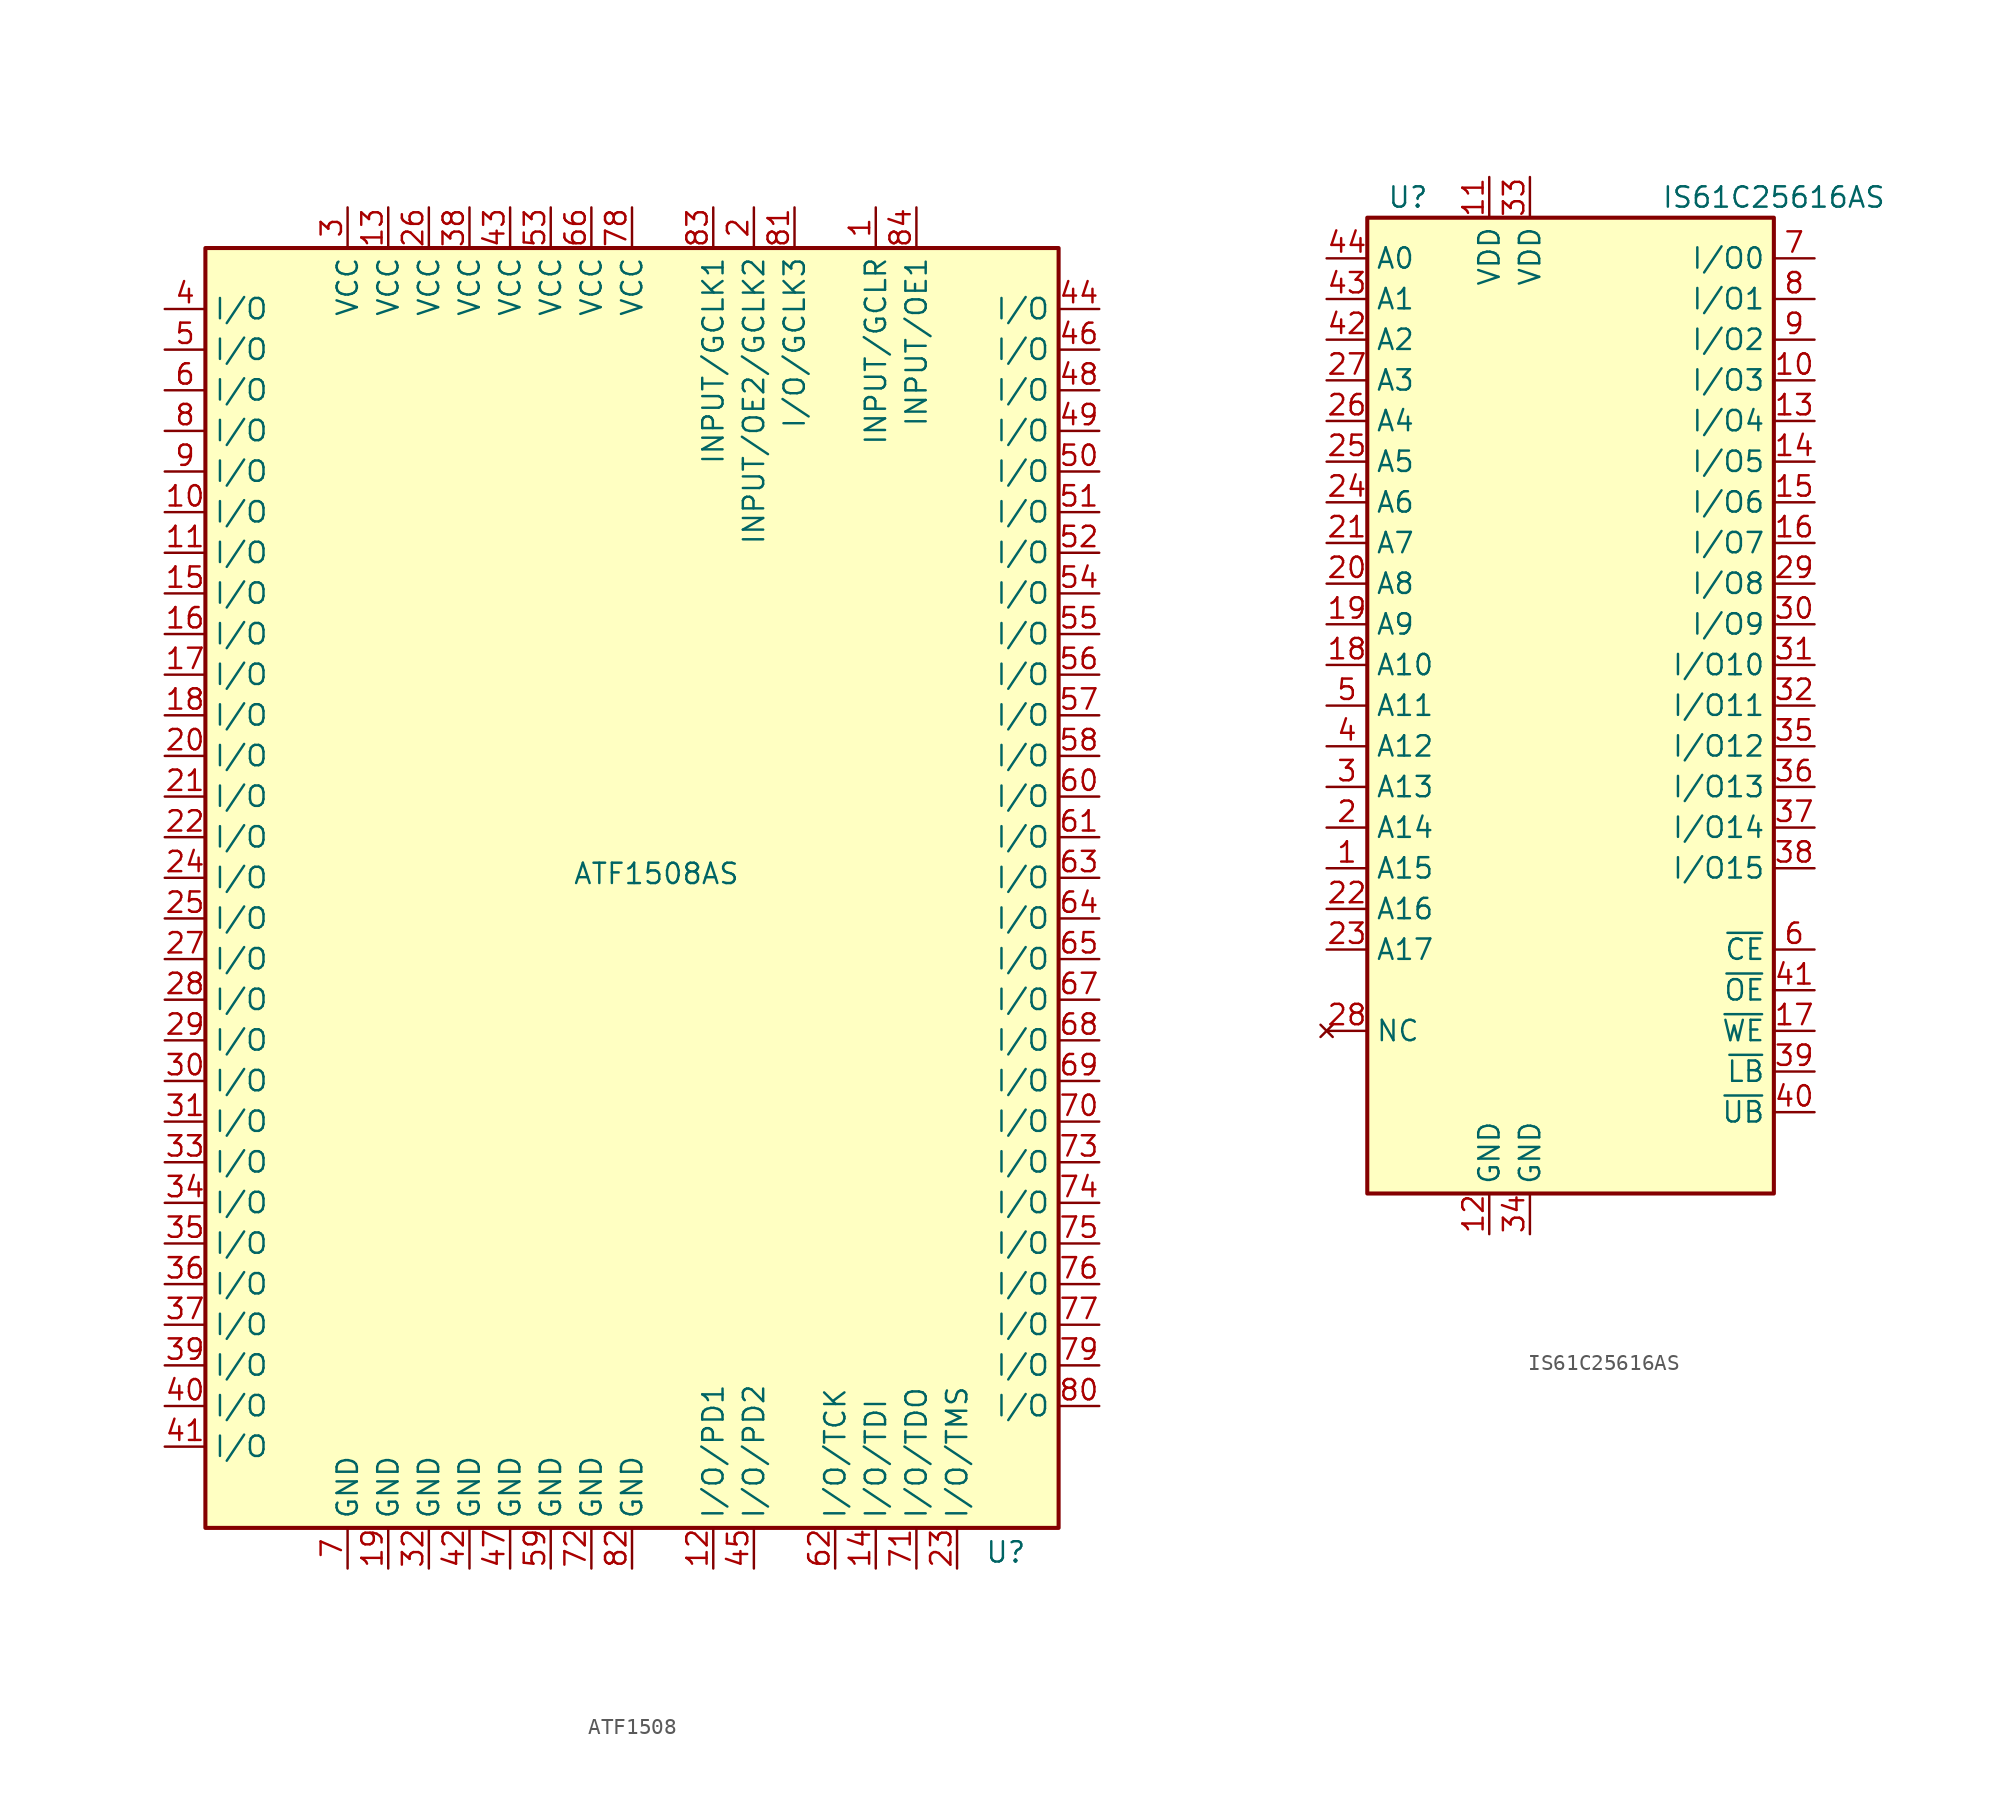
<source format=kicad_sym>
(kicad_symbol_lib
  (version 20231120)
  (generator "kicad_symbol_editor")
  (generator_version "8.0")
  (symbol "ATF1508"
    (property "Reference" "U"
      (at 22.098 -42.164 0)
      (effects (font (size 1.27 1.27))))
    (property "Value" "ATF1508AS"
      (at 0.254 0.254 0)
      (effects (font (size 1.27 1.27))))
    (symbol "ATF1508_0_1"
      (rectangle (start -27.94 39.37) (end 25.4 -40.64) (stroke (width 0.254) (type default)) (fill (type background))))
    (symbol "ATF1508_1_0"
      (pin bidirectional line (at 6.35 -43.18 90) (length 2.54) (name "I/O/PD2" (effects (font (size 1.27 1.27)))) (number "45" (effects (font (size 1.27 1.27)))))
      (pin bidirectional line (at 27.94 33.02 180) (length 2.54) (name "I/O" (effects (font (size 1.27 1.27)))) (number "46" (effects (font (size 1.27 1.27)))))
      (pin power_in line (at -8.89 -43.18 90) (length 2.54) (name "GND" (effects (font (size 1.27 1.27)))) (number "47" (effects (font (size 1.27 1.27)))))
      (pin bidirectional line (at 27.94 30.48 180) (length 2.54) (name "I/O" (effects (font (size 1.27 1.27)))) (number "48" (effects (font (size 1.27 1.27)))))
      (pin bidirectional line (at 27.94 27.94 180) (length 2.54) (name "I/O" (effects (font (size 1.27 1.27)))) (number "49" (effects (font (size 1.27 1.27)))))
      (pin bidirectional line (at 27.94 25.4 180) (length 2.54) (name "I/O" (effects (font (size 1.27 1.27)))) (number "50" (effects (font (size 1.27 1.27)))))
      (pin bidirectional line (at 27.94 22.86 180) (length 2.54) (name "I/O" (effects (font (size 1.27 1.27)))) (number "51" (effects (font (size 1.27 1.27)))))
      (pin bidirectional line (at 27.94 20.32 180) (length 2.54) (name "I/O" (effects (font (size 1.27 1.27)))) (number "52" (effects (font (size 1.27 1.27)))))
      (pin power_in line (at -6.35 41.91 270) (length 2.54) (name "VCC" (effects (font (size 1.27 1.27)))) (number "53" (effects (font (size 1.27 1.27)))))
      (pin bidirectional line (at 27.94 17.78 180) (length 2.54) (name "I/O" (effects (font (size 1.27 1.27)))) (number "54" (effects (font (size 1.27 1.27)))))
      (pin bidirectional line (at 27.94 15.24 180) (length 2.54) (name "I/O" (effects (font (size 1.27 1.27)))) (number "55" (effects (font (size 1.27 1.27)))))
      (pin bidirectional line (at 27.94 12.7 180) (length 2.54) (name "I/O" (effects (font (size 1.27 1.27)))) (number "56" (effects (font (size 1.27 1.27)))))
      (pin bidirectional line (at 27.94 10.16 180) (length 2.54) (name "I/O" (effects (font (size 1.27 1.27)))) (number "57" (effects (font (size 1.27 1.27)))))
      (pin bidirectional line (at 27.94 7.62 180) (length 2.54) (name "I/O" (effects (font (size 1.27 1.27)))) (number "58" (effects (font (size 1.27 1.27)))))
      (pin power_in line (at -6.35 -43.18 90) (length 2.54) (name "GND" (effects (font (size 1.27 1.27)))) (number "59" (effects (font (size 1.27 1.27)))))
      (pin bidirectional line (at 27.94 5.08 180) (length 2.54) (name "I/O" (effects (font (size 1.27 1.27)))) (number "60" (effects (font (size 1.27 1.27)))))
      (pin bidirectional line (at 27.94 2.54 180) (length 2.54) (name "I/O" (effects (font (size 1.27 1.27)))) (number "61" (effects (font (size 1.27 1.27)))))
      (pin bidirectional line (at 11.43 -43.18 90) (length 2.54) (name "I/O/TCK" (effects (font (size 1.27 1.27)))) (number "62" (effects (font (size 1.27 1.27)))))
      (pin bidirectional line (at 27.94 0 180) (length 2.54) (name "I/O" (effects (font (size 1.27 1.27)))) (number "63" (effects (font (size 1.27 1.27)))))
      (pin bidirectional line (at 27.94 -2.54 180) (length 2.54) (name "I/O" (effects (font (size 1.27 1.27)))) (number "64" (effects (font (size 1.27 1.27)))))
      (pin bidirectional line (at 27.94 -5.08 180) (length 2.54) (name "I/O" (effects (font (size 1.27 1.27)))) (number "65" (effects (font (size 1.27 1.27)))))
      (pin power_in line (at -3.81 41.91 270) (length 2.54) (name "VCC" (effects (font (size 1.27 1.27)))) (number "66" (effects (font (size 1.27 1.27)))))
      (pin bidirectional line (at 27.94 -7.62 180) (length 2.54) (name "I/O" (effects (font (size 1.27 1.27)))) (number "67" (effects (font (size 1.27 1.27)))))
      (pin bidirectional line (at 27.94 -10.16 180) (length 2.54) (name "I/O" (effects (font (size 1.27 1.27)))) (number "68" (effects (font (size 1.27 1.27)))))
      (pin bidirectional line (at 27.94 -12.7 180) (length 2.54) (name "I/O" (effects (font (size 1.27 1.27)))) (number "69" (effects (font (size 1.27 1.27)))))
      (pin bidirectional line (at 27.94 -15.24 180) (length 2.54) (name "I/O" (effects (font (size 1.27 1.27)))) (number "70" (effects (font (size 1.27 1.27)))))
      (pin bidirectional line (at 16.51 -43.18 90) (length 2.54) (name "I/O/TDO" (effects (font (size 1.27 1.27)))) (number "71" (effects (font (size 1.27 1.27)))))
      (pin power_in line (at -3.81 -43.18 90) (length 2.54) (name "GND" (effects (font (size 1.27 1.27)))) (number "72" (effects (font (size 1.27 1.27)))))
      (pin bidirectional line (at 27.94 -17.78 180) (length 2.54) (name "I/O" (effects (font (size 1.27 1.27)))) (number "73" (effects (font (size 1.27 1.27)))))
      (pin bidirectional line (at 27.94 -20.32 180) (length 2.54) (name "I/O" (effects (font (size 1.27 1.27)))) (number "74" (effects (font (size 1.27 1.27)))))
      (pin bidirectional line (at 27.94 -22.86 180) (length 2.54) (name "I/O" (effects (font (size 1.27 1.27)))) (number "75" (effects (font (size 1.27 1.27)))))
      (pin bidirectional line (at 27.94 -25.4 180) (length 2.54) (name "I/O" (effects (font (size 1.27 1.27)))) (number "76" (effects (font (size 1.27 1.27)))))
      (pin bidirectional line (at 27.94 -27.94 180) (length 2.54) (name "I/O" (effects (font (size 1.27 1.27)))) (number "77" (effects (font (size 1.27 1.27)))))
      (pin power_in line (at -1.27 41.91 270) (length 2.54) (name "VCC" (effects (font (size 1.27 1.27)))) (number "78" (effects (font (size 1.27 1.27)))))
      (pin bidirectional line (at 27.94 -30.48 180) (length 2.54) (name "I/O" (effects (font (size 1.27 1.27)))) (number "79" (effects (font (size 1.27 1.27)))))
      (pin bidirectional line (at 27.94 -33.02 180) (length 2.54) (name "I/O" (effects (font (size 1.27 1.27)))) (number "80" (effects (font (size 1.27 1.27)))))
      (pin bidirectional line (at 8.89 41.91 270) (length 2.54) (name "I/O/GCLK3" (effects (font (size 1.27 1.27)))) (number "81" (effects (font (size 1.27 1.27)))))
      (pin power_in line (at -1.27 -43.18 90) (length 2.54) (name "GND" (effects (font (size 1.27 1.27)))) (number "82" (effects (font (size 1.27 1.27)))))
      (pin bidirectional line (at 3.81 41.91 270) (length 2.54) (name "INPUT/GCLK1" (effects (font (size 1.27 1.27)))) (number "83" (effects (font (size 1.27 1.27)))))
      (pin bidirectional line (at 16.51 41.91 270) (length 2.54) (name "INPUT/OE1" (effects (font (size 1.27 1.27)))) (number "84" (effects (font (size 1.27 1.27))))))
    (symbol "ATF1508_1_1"
      (pin input line (at 13.97 41.91 270) (length 2.54) (name "INPUT/GCLR" (effects (font (size 1.27 1.27)))) (number "1" (effects (font (size 1.27 1.27)))))
      (pin bidirectional line (at -30.48 22.86 0) (length 2.54) (name "I/O" (effects (font (size 1.27 1.27)))) (number "10" (effects (font (size 1.27 1.27)))))
      (pin bidirectional line (at -30.48 20.32 0) (length 2.54) (name "I/O" (effects (font (size 1.27 1.27)))) (number "11" (effects (font (size 1.27 1.27)))))
      (pin bidirectional line (at 3.81 -43.18 90) (length 2.54) (name "I/O/PD1" (effects (font (size 1.27 1.27)))) (number "12" (effects (font (size 1.27 1.27)))))
      (pin power_in line (at -16.51 41.91 270) (length 2.54) (name "VCC" (effects (font (size 1.27 1.27)))) (number "13" (effects (font (size 1.27 1.27)))))
      (pin bidirectional line (at 13.97 -43.18 90) (length 2.54) (name "I/O/TDI" (effects (font (size 1.27 1.27)))) (number "14" (effects (font (size 1.27 1.27)))))
      (pin bidirectional line (at -30.48 17.78 0) (length 2.54) (name "I/O" (effects (font (size 1.27 1.27)))) (number "15" (effects (font (size 1.27 1.27)))))
      (pin bidirectional line (at -30.48 15.24 0) (length 2.54) (name "I/O" (effects (font (size 1.27 1.27)))) (number "16" (effects (font (size 1.27 1.27)))))
      (pin bidirectional line (at -30.48 12.7 0) (length 2.54) (name "I/O" (effects (font (size 1.27 1.27)))) (number "17" (effects (font (size 1.27 1.27)))))
      (pin bidirectional line (at -30.48 10.16 0) (length 2.54) (name "I/O" (effects (font (size 1.27 1.27)))) (number "18" (effects (font (size 1.27 1.27)))))
      (pin power_in line (at -16.51 -43.18 90) (length 2.54) (name "GND" (effects (font (size 1.27 1.27)))) (number "19" (effects (font (size 1.27 1.27)))))
      (pin input line (at 6.35 41.91 270) (length 2.54) (name "INPUT/OE2/GCLK2" (effects (font (size 1.27 1.27)))) (number "2" (effects (font (size 1.27 1.27)))))
      (pin bidirectional line (at -30.48 7.62 0) (length 2.54) (name "I/O" (effects (font (size 1.27 1.27)))) (number "20" (effects (font (size 1.27 1.27)))))
      (pin bidirectional line (at -30.48 5.08 0) (length 2.54) (name "I/O" (effects (font (size 1.27 1.27)))) (number "21" (effects (font (size 1.27 1.27)))))
      (pin bidirectional line (at -30.48 2.54 0) (length 2.54) (name "I/O" (effects (font (size 1.27 1.27)))) (number "22" (effects (font (size 1.27 1.27)))))
      (pin bidirectional line (at 19.05 -43.18 90) (length 2.54) (name "I/O/TMS" (effects (font (size 1.27 1.27)))) (number "23" (effects (font (size 1.27 1.27)))))
      (pin bidirectional line (at -30.48 0 0) (length 2.54) (name "I/O" (effects (font (size 1.27 1.27)))) (number "24" (effects (font (size 1.27 1.27)))))
      (pin bidirectional line (at -30.48 -2.54 0) (length 2.54) (name "I/O" (effects (font (size 1.27 1.27)))) (number "25" (effects (font (size 1.27 1.27)))))
      (pin power_in line (at -13.97 41.91 270) (length 2.54) (name "VCC" (effects (font (size 1.27 1.27)))) (number "26" (effects (font (size 1.27 1.27)))))
      (pin bidirectional line (at -30.48 -5.08 0) (length 2.54) (name "I/O" (effects (font (size 1.27 1.27)))) (number "27" (effects (font (size 1.27 1.27)))))
      (pin bidirectional line (at -30.48 -7.62 0) (length 2.54) (name "I/O" (effects (font (size 1.27 1.27)))) (number "28" (effects (font (size 1.27 1.27)))))
      (pin bidirectional line (at -30.48 -10.16 0) (length 2.54) (name "I/O" (effects (font (size 1.27 1.27)))) (number "29" (effects (font (size 1.27 1.27)))))
      (pin power_in line (at -19.05 41.91 270) (length 2.54) (name "VCC" (effects (font (size 1.27 1.27)))) (number "3" (effects (font (size 1.27 1.27)))))
      (pin bidirectional line (at -30.48 -12.7 0) (length 2.54) (name "I/O" (effects (font (size 1.27 1.27)))) (number "30" (effects (font (size 1.27 1.27)))))
      (pin bidirectional line (at -30.48 -15.24 0) (length 2.54) (name "I/O" (effects (font (size 1.27 1.27)))) (number "31" (effects (font (size 1.27 1.27)))))
      (pin power_in line (at -13.97 -43.18 90) (length 2.54) (name "GND" (effects (font (size 1.27 1.27)))) (number "32" (effects (font (size 1.27 1.27)))))
      (pin bidirectional line (at -30.48 -17.78 0) (length 2.54) (name "I/O" (effects (font (size 1.27 1.27)))) (number "33" (effects (font (size 1.27 1.27)))))
      (pin bidirectional line (at -30.48 -20.32 0) (length 2.54) (name "I/O" (effects (font (size 1.27 1.27)))) (number "34" (effects (font (size 1.27 1.27)))))
      (pin bidirectional line (at -30.48 -22.86 0) (length 2.54) (name "I/O" (effects (font (size 1.27 1.27)))) (number "35" (effects (font (size 1.27 1.27)))))
      (pin bidirectional line (at -30.48 -25.4 0) (length 2.54) (name "I/O" (effects (font (size 1.27 1.27)))) (number "36" (effects (font (size 1.27 1.27)))))
      (pin bidirectional line (at -30.48 -27.94 0) (length 2.54) (name "I/O" (effects (font (size 1.27 1.27)))) (number "37" (effects (font (size 1.27 1.27)))))
      (pin power_in line (at -11.43 41.91 270) (length 2.54) (name "VCC" (effects (font (size 1.27 1.27)))) (number "38" (effects (font (size 1.27 1.27)))))
      (pin bidirectional line (at -30.48 -30.48 0) (length 2.54) (name "I/O" (effects (font (size 1.27 1.27)))) (number "39" (effects (font (size 1.27 1.27)))))
      (pin bidirectional line (at -30.48 35.56 0) (length 2.54) (name "I/O" (effects (font (size 1.27 1.27)))) (number "4" (effects (font (size 1.27 1.27)))))
      (pin bidirectional line (at -30.48 -33.02 0) (length 2.54) (name "I/O" (effects (font (size 1.27 1.27)))) (number "40" (effects (font (size 1.27 1.27)))))
      (pin bidirectional line (at -30.48 -35.56 0) (length 2.54) (name "I/O" (effects (font (size 1.27 1.27)))) (number "41" (effects (font (size 1.27 1.27)))))
      (pin power_in line (at -11.43 -43.18 90) (length 2.54) (name "GND" (effects (font (size 1.27 1.27)))) (number "42" (effects (font (size 1.27 1.27)))))
      (pin power_in line (at -8.89 41.91 270) (length 2.54) (name "VCC" (effects (font (size 1.27 1.27)))) (number "43" (effects (font (size 1.27 1.27)))))
      (pin bidirectional line (at 27.94 35.56 180) (length 2.54) (name "I/O" (effects (font (size 1.27 1.27)))) (number "44" (effects (font (size 1.27 1.27)))))
      (pin bidirectional line (at -30.48 33.02 0) (length 2.54) (name "I/O" (effects (font (size 1.27 1.27)))) (number "5" (effects (font (size 1.27 1.27)))))
      (pin bidirectional line (at -30.48 30.48 0) (length 2.54) (name "I/O" (effects (font (size 1.27 1.27)))) (number "6" (effects (font (size 1.27 1.27)))))
      (pin power_in line (at -19.05 -43.18 90) (length 2.54) (name "GND" (effects (font (size 1.27 1.27)))) (number "7" (effects (font (size 1.27 1.27)))))
      (pin bidirectional line (at -30.48 27.94 0) (length 2.54) (name "I/O" (effects (font (size 1.27 1.27)))) (number "8" (effects (font (size 1.27 1.27)))))
      (pin bidirectional line (at -30.48 25.4 0) (length 2.54) (name "I/O" (effects (font (size 1.27 1.27)))) (number "9" (effects (font (size 1.27 1.27)))))))
  (symbol "IS61C25616AS"
    (property "Reference" "U"
      (at -10.16 31.75 0)
      (effects (font (size 1.27 1.27))))
    (property "Value" "IS61C25616AS"
      (at 12.7 31.75 0)
      (effects (font (size 1.27 1.27))))
    (symbol "IS61C25616AS_0_1"
      (rectangle (start -12.7 30.48) (end 12.7 -30.48) (stroke (width 0.254) (type default)) (fill (type background))))
    (symbol "IS61C25616AS_1_0"
      (pin power_in line (at -2.54 33.02 270) (length 2.54) (name "VDD" (effects (font (size 1.27 1.27)))) (number "33" (effects (font (size 1.27 1.27)))))
      (pin power_in line (at -2.54 -33.02 90) (length 2.54) (name "GND" (effects (font (size 1.27 1.27)))) (number "34" (effects (font (size 1.27 1.27)))))
      (pin bidirectional line (at 15.24 -2.54 180) (length 2.54) (name "I/O12" (effects (font (size 1.27 1.27)))) (number "35" (effects (font (size 1.27 1.27)))))
      (pin bidirectional line (at 15.24 -5.08 180) (length 2.54) (name "I/O13" (effects (font (size 1.27 1.27)))) (number "36" (effects (font (size 1.27 1.27)))))
      (pin bidirectional line (at 15.24 -7.62 180) (length 2.54) (name "I/O14" (effects (font (size 1.27 1.27)))) (number "37" (effects (font (size 1.27 1.27)))))
      (pin bidirectional line (at 15.24 -10.16 180) (length 2.54) (name "I/O15" (effects (font (size 1.27 1.27)))) (number "38" (effects (font (size 1.27 1.27)))))
      (pin input line (at 15.24 -22.86 180) (length 2.54) (name "~{LB}" (effects (font (size 1.27 1.27)))) (number "39" (effects (font (size 1.27 1.27)))))
      (pin input line (at 15.24 -25.4 180) (length 2.54) (name "~{UB}" (effects (font (size 1.27 1.27)))) (number "40" (effects (font (size 1.27 1.27)))))
      (pin input line (at 15.24 -17.78 180) (length 2.54) (name "~{OE}" (effects (font (size 1.27 1.27)))) (number "41" (effects (font (size 1.27 1.27)))))
      (pin input line (at -15.24 22.86 0) (length 2.54) (name "A2" (effects (font (size 1.27 1.27)))) (number "42" (effects (font (size 1.27 1.27)))))
      (pin input line (at -15.24 25.4 0) (length 2.54) (name "A1" (effects (font (size 1.27 1.27)))) (number "43" (effects (font (size 1.27 1.27)))))
      (pin input line (at -15.24 27.94 0) (length 2.54) (name "A0" (effects (font (size 1.27 1.27)))) (number "44" (effects (font (size 1.27 1.27))))))
    (symbol "IS61C25616AS_1_1"
      (pin input line (at -15.24 -10.16 0) (length 2.54) (name "A15" (effects (font (size 1.27 1.27)))) (number "1" (effects (font (size 1.27 1.27)))))
      (pin bidirectional line (at 15.24 20.32 180) (length 2.54) (name "I/O3" (effects (font (size 1.27 1.27)))) (number "10" (effects (font (size 1.27 1.27)))))
      (pin power_in line (at -5.08 33.02 270) (length 2.54) (name "VDD" (effects (font (size 1.27 1.27)))) (number "11" (effects (font (size 1.27 1.27)))))
      (pin power_in line (at -5.08 -33.02 90) (length 2.54) (name "GND" (effects (font (size 1.27 1.27)))) (number "12" (effects (font (size 1.27 1.27)))))
      (pin bidirectional line (at 15.24 17.78 180) (length 2.54) (name "I/O4" (effects (font (size 1.27 1.27)))) (number "13" (effects (font (size 1.27 1.27)))))
      (pin bidirectional line (at 15.24 15.24 180) (length 2.54) (name "I/O5" (effects (font (size 1.27 1.27)))) (number "14" (effects (font (size 1.27 1.27)))))
      (pin bidirectional line (at 15.24 12.7 180) (length 2.54) (name "I/O6" (effects (font (size 1.27 1.27)))) (number "15" (effects (font (size 1.27 1.27)))))
      (pin bidirectional line (at 15.24 10.16 180) (length 2.54) (name "I/O7" (effects (font (size 1.27 1.27)))) (number "16" (effects (font (size 1.27 1.27)))))
      (pin bidirectional line (at 15.24 -20.32 180) (length 2.54) (name "~{WE}" (effects (font (size 1.27 1.27)))) (number "17" (effects (font (size 1.27 1.27)))))
      (pin input line (at -15.24 2.54 0) (length 2.54) (name "A10" (effects (font (size 1.27 1.27)))) (number "18" (effects (font (size 1.27 1.27)))))
      (pin input line (at -15.24 5.08 0) (length 2.54) (name "A9" (effects (font (size 1.27 1.27)))) (number "19" (effects (font (size 1.27 1.27)))))
      (pin input line (at -15.24 -7.62 0) (length 2.54) (name "A14" (effects (font (size 1.27 1.27)))) (number "2" (effects (font (size 1.27 1.27)))))
      (pin input line (at -15.24 7.62 0) (length 2.54) (name "A8" (effects (font (size 1.27 1.27)))) (number "20" (effects (font (size 1.27 1.27)))))
      (pin input line (at -15.24 10.16 0) (length 2.54) (name "A7" (effects (font (size 1.27 1.27)))) (number "21" (effects (font (size 1.27 1.27)))))
      (pin input line (at -15.24 -12.7 0) (length 2.54) (name "A16" (effects (font (size 1.27 1.27)))) (number "22" (effects (font (size 1.27 1.27)))))
      (pin input line (at -15.24 -15.24 0) (length 2.54) (name "A17" (effects (font (size 1.27 1.27)))) (number "23" (effects (font (size 1.27 1.27)))))
      (pin input line (at -15.24 12.7 0) (length 2.54) (name "A6" (effects (font (size 1.27 1.27)))) (number "24" (effects (font (size 1.27 1.27)))))
      (pin input line (at -15.24 15.24 0) (length 2.54) (name "A5" (effects (font (size 1.27 1.27)))) (number "25" (effects (font (size 1.27 1.27)))))
      (pin input line (at -15.24 17.78 0) (length 2.54) (name "A4" (effects (font (size 1.27 1.27)))) (number "26" (effects (font (size 1.27 1.27)))))
      (pin input line (at -15.24 20.32 0) (length 2.54) (name "A3" (effects (font (size 1.27 1.27)))) (number "27" (effects (font (size 1.27 1.27)))))
      (pin no_connect line (at -15.24 -20.32 0) (length 2.54) (name "NC" (effects (font (size 1.27 1.27)))) (number "28" (effects (font (size 1.27 1.27)))))
      (pin bidirectional line (at 15.24 7.62 180) (length 2.54) (name "I/O8" (effects (font (size 1.27 1.27)))) (number "29" (effects (font (size 1.27 1.27)))))
      (pin input line (at -15.24 -5.08 0) (length 2.54) (name "A13" (effects (font (size 1.27 1.27)))) (number "3" (effects (font (size 1.27 1.27)))))
      (pin bidirectional line (at 15.24 5.08 180) (length 2.54) (name "I/O9" (effects (font (size 1.27 1.27)))) (number "30" (effects (font (size 1.27 1.27)))))
      (pin bidirectional line (at 15.24 2.54 180) (length 2.54) (name "I/O10" (effects (font (size 1.27 1.27)))) (number "31" (effects (font (size 1.27 1.27)))))
      (pin bidirectional line (at 15.24 0 180) (length 2.54) (name "I/O11" (effects (font (size 1.27 1.27)))) (number "32" (effects (font (size 1.27 1.27)))))
      (pin input line (at -15.24 -2.54 0) (length 2.54) (name "A12" (effects (font (size 1.27 1.27)))) (number "4" (effects (font (size 1.27 1.27)))))
      (pin input line (at -15.24 0 0) (length 2.54) (name "A11" (effects (font (size 1.27 1.27)))) (number "5" (effects (font (size 1.27 1.27)))))
      (pin input line (at 15.24 -15.24 180) (length 2.54) (name "~{CE}" (effects (font (size 1.27 1.27)))) (number "6" (effects (font (size 1.27 1.27)))))
      (pin bidirectional line (at 15.24 27.94 180) (length 2.54) (name "I/O0" (effects (font (size 1.27 1.27)))) (number "7" (effects (font (size 1.27 1.27)))))
      (pin bidirectional line (at 15.24 25.4 180) (length 2.54) (name "I/O1" (effects (font (size 1.27 1.27)))) (number "8" (effects (font (size 1.27 1.27)))))
      (pin bidirectional line (at 15.24 22.86 180) (length 2.54) (name "I/O2" (effects (font (size 1.27 1.27)))) (number "9" (effects (font (size 1.27 1.27))))))))
</source>
